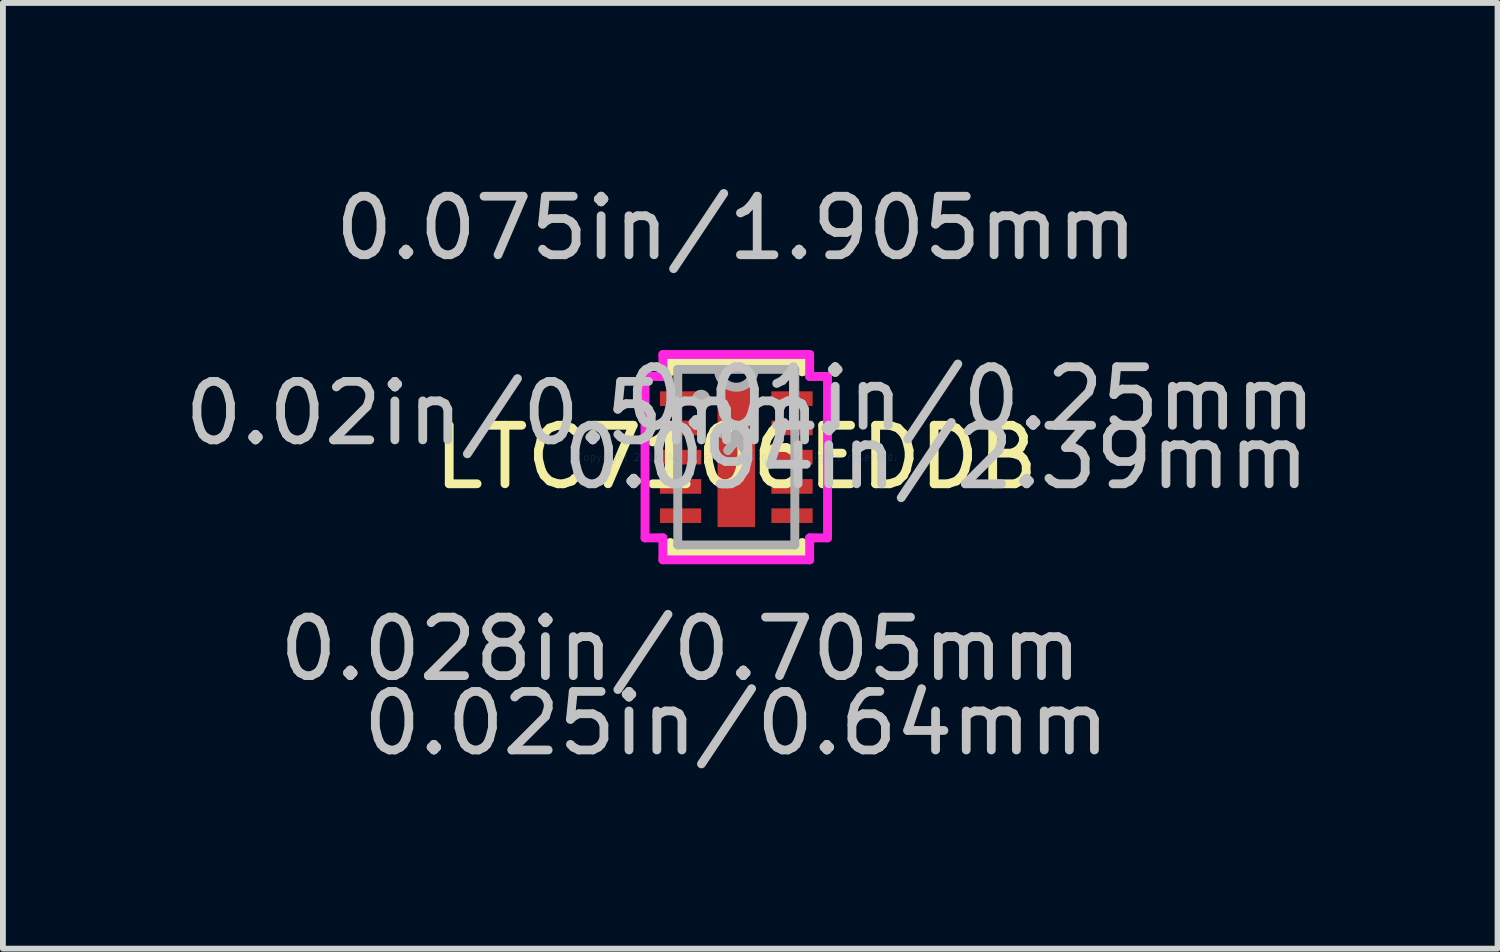
<source format=kicad_pcb>
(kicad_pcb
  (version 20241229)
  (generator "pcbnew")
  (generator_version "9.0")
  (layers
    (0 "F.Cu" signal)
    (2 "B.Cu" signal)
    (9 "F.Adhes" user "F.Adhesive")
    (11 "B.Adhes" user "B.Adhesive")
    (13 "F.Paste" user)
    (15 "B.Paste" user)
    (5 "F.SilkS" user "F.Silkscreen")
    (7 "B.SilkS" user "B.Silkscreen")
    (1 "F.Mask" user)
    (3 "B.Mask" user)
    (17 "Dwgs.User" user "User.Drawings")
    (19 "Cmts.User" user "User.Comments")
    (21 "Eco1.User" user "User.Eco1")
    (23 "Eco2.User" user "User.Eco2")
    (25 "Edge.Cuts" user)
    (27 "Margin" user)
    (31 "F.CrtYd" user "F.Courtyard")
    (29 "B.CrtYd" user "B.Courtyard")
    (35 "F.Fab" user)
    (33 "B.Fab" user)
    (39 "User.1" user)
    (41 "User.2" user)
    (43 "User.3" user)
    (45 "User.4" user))
  (footprint "LTC7106EDDB"
    (layer "F.Cu")
    (at 9.53 4.761)
    (property "Reference" "LTC7106EDDB" (at 0 0 0) (layer "F.SilkS") (effects (font (size 1 1) (thickness 0.15))))
    (attr through_hole)
    (fp_line (start -1.127 -1.627) (end -1.127 -1.458) (stroke (width 0.152) (type solid)) (layer "F.SilkS"))
    (fp_line (start -1.127 1.458) (end -1.127 1.627) (stroke (width 0.152) (type solid)) (layer "F.SilkS"))
    (fp_line (start -1.127 1.627) (end 1.127 1.627) (stroke (width 0.152) (type solid)) (layer "F.SilkS"))
    (fp_line (start 1.127 -1.627) (end -1.127 -1.627) (stroke (width 0.152) (type solid)) (layer "F.SilkS"))
    (fp_line (start 1.127 -1.458) (end 1.127 -1.627) (stroke (width 0.152) (type solid)) (layer "F.SilkS"))
    (fp_line (start 1.127 1.627) (end 1.127 1.458) (stroke (width 0.152) (type solid)) (layer "F.SilkS"))
    (fp_arc (start -1.6564 -1.0762) (mid -1.582571 -0.981141) (end -1.692945 -0.933135) (stroke (width 0.1524) (type solid)) (layer "F.SilkS"))
    (fp_line (start -0.32 -1.195) (end -0.32 1.195) (stroke (width 0.152) (type solid)) (layer "F.Paste"))
    (fp_line (start -0.32 1.195) (end 0.32 1.195) (stroke (width 0.152) (type solid)) (layer "F.Paste"))
    (fp_line (start 0.32 -1.195) (end -0.32 -1.195) (stroke (width 0.152) (type solid)) (layer "F.Paste"))
    (fp_line (start 0.32 1.195) (end 0.32 -1.195) (stroke (width 0.152) (type solid)) (layer "F.Paste"))
    (fp_line (start -1.559 -1.379) (end -1.254 -1.379) (stroke (width 0.152) (type solid)) (layer "F.CrtYd"))
    (fp_line (start -1.559 1.379) (end -1.559 -1.379) (stroke (width 0.152) (type solid)) (layer "F.CrtYd"))
    (fp_line (start -1.254 -1.754) (end 1.254 -1.754) (stroke (width 0.152) (type solid)) (layer "F.CrtYd"))
    (fp_line (start -1.254 -1.379) (end -1.254 -1.754) (stroke (width 0.152) (type solid)) (layer "F.CrtYd"))
    (fp_line (start -1.254 1.379) (end -1.559 1.379) (stroke (width 0.152) (type solid)) (layer "F.CrtYd"))
    (fp_line (start -1.254 1.754) (end -1.254 1.379) (stroke (width 0.152) (type solid)) (layer "F.CrtYd"))
    (fp_line (start 1.254 -1.754) (end 1.254 -1.379) (stroke (width 0.152) (type solid)) (layer "F.CrtYd"))
    (fp_line (start 1.254 -1.379) (end 1.559 -1.379) (stroke (width 0.152) (type solid)) (layer "F.CrtYd"))
    (fp_line (start 1.254 1.379) (end 1.254 1.754) (stroke (width 0.152) (type solid)) (layer "F.CrtYd"))
    (fp_line (start 1.254 1.754) (end -1.254 1.754) (stroke (width 0.152) (type solid)) (layer "F.CrtYd"))
    (fp_line (start 1.559 -1.379) (end 1.559 1.379) (stroke (width 0.152) (type solid)) (layer "F.CrtYd"))
    (fp_line (start 1.559 1.379) (end 1.254 1.379) (stroke (width 0.152) (type solid)) (layer "F.CrtYd"))
    (fp_line (start -1 -1.5) (end -1 1.5) (stroke (width 0.152) (type solid)) (layer "F.Fab"))
    (fp_line (start -1 1.5) (end 1 1.5) (stroke (width 0.152) (type solid)) (layer "F.Fab"))
    (fp_line (start 1 -1.5) (end -1 -1.5) (stroke (width 0.152) (type solid)) (layer "F.Fab"))
    (fp_line (start 1 1.5) (end 1 -1.5) (stroke (width 0.152) (type solid)) (layer "F.Fab"))
    (fp_arc (start 0.3048 -1.5) (mid 0 -1.1952) (end -0.3048 -1.5) (stroke (width 0.1524) (type solid)) (layer "F.Fab"))
    (fp_circle (center -0.6 -1) (end -0.524 -1) (stroke (width 0.152) (type solid)) (fill no) (layer "F.Fab"))
    (fp_text user "*" (at 0 0 0) (layer "F.SilkS") (effects (font (size 1 1) (thickness 0.15))))
    (fp_text user "0.02in/0.5mm" (at -4 -0.75 0) (layer "Dwgs.User") (effects (font (size 1 1) (thickness 0.15))))
    (fp_text user "0.075in/1.905mm" (at 0 -3.913 0) (layer "Dwgs.User") (effects (font (size 1 1) (thickness 0.15))))
    (fp_text user "0.01in/0.25mm" (at 4 -1 0) (layer "Dwgs.User") (effects (font (size 1 1) (thickness 0.15))))
    (fp_text user "0.028in/0.705mm" (at -0.952 3.278 0) (layer "Dwgs.User") (effects (font (size 1 1) (thickness 0.15))))
    (fp_text user "0.025in/0.64mm" (at 0 4.548 0) (layer "Dwgs.User") (effects (font (size 1 1) (thickness 0.15))))
    (fp_text user "0.094in/2.39mm" (at 3.413 0 0) (layer "Dwgs.User") (effects (font (size 1 1) (thickness 0.15))))
    (fp_text user "Copyright 2016 Accelerated Designs. All rights reserved." (at 0 0 0) (layer "Cmts.User") (effects (font (size 0.127 0.127) (thickness 0.002))))
    (fp_text user "*" (at 0 0 0) (layer "F.Fab") (effects (font (size 1 1) (thickness 0.15))))
    (pad "1" smd rect (at -0.952 -1) (size 0.705 0.25) (layers "F.Cu" "F.Mask" "F.Paste"))
    (pad "2" smd rect (at -0.952 -0.5) (size 0.705 0.25) (layers "F.Cu" "F.Mask" "F.Paste"))
    (pad "3" smd rect (at -0.952 0) (size 0.705 0.25) (layers "F.Cu" "F.Mask" "F.Paste"))
    (pad "4" smd rect (at -0.952 0.5) (size 0.705 0.25) (layers "F.Cu" "F.Mask" "F.Paste"))
    (pad "5" smd rect (at -0.952 1) (size 0.705 0.25) (layers "F.Cu" "F.Mask" "F.Paste"))
    (pad "6" smd rect (at 0.952 1) (size 0.705 0.25) (layers "F.Cu" "F.Mask" "F.Paste"))
    (pad "7" smd rect (at 0.952 0.5) (size 0.705 0.25) (layers "F.Cu" "F.Mask" "F.Paste"))
    (pad "8" smd rect (at 0.952 0) (size 0.705 0.25) (layers "F.Cu" "F.Mask" "F.Paste"))
    (pad "9" smd rect (at 0.952 -0.5) (size 0.705 0.25) (layers "F.Cu" "F.Mask" "F.Paste"))
    (pad "10" smd rect (at 0.952 -1) (size 0.705 0.25) (layers "F.Cu" "F.Mask" "F.Paste"))
    (pad "11" smd rect (at 0 0) (size 0.64 2.39) (layers "F.Cu" "F.Mask" "F.Paste")))
  (gr_rect
    (start -3 -3)
    (end 22.537 13.158)
    (stroke (width 0.1) (type default))
    (fill no)
    (layer "Edge.Cuts")))
</source>
